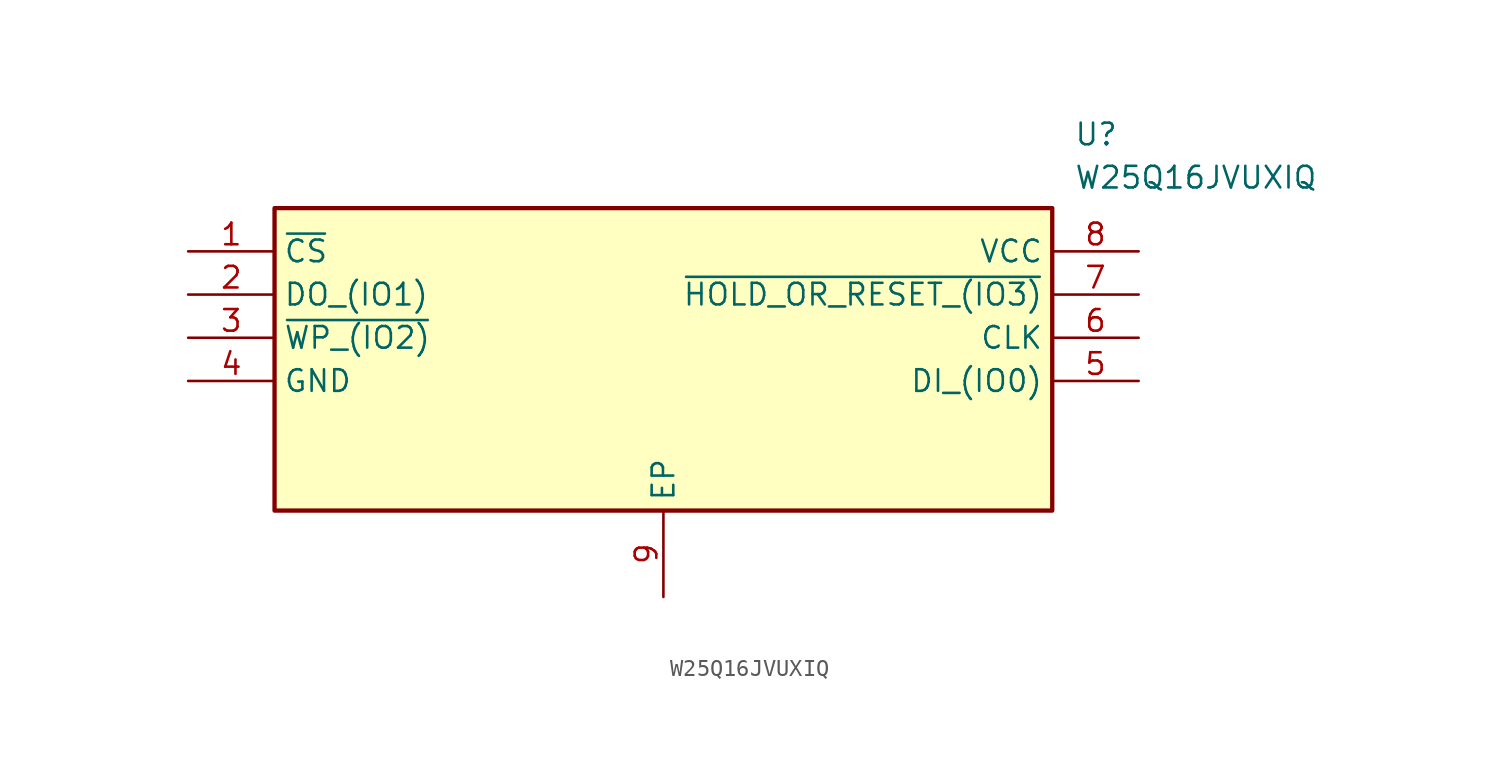
<source format=kicad_sym>
(kicad_symbol_lib
  (version 20220914)
  (generator kicad_symbol_editor)
  (symbol "W25Q16JVUXIQ"
    (property "Reference" "U"
      (at 52.07 7.62 0)
      (effects (font (size 1.27 1.27)) (justify left top)))
    (property "Value" "W25Q16JVUXIQ"
      (at 52.07 5.08 0)
      (effects (font (size 1.27 1.27)) (justify left top)))
    (symbol "W25Q16JVUXIQ_1_1"
      (rectangle (start 5.08 2.54) (end 50.8 -15.24) (stroke (width 0.254) (type default)) (fill (type background)))
      (pin passive line (at 0 0 0) (length 5.08) (name "~{CS}" (effects (font (size 1.27 1.27)))) (number "1" (effects (font (size 1.27 1.27)))))
      (pin passive line (at 0 -2.54 0) (length 5.08) (name "DO_(IO1)" (effects (font (size 1.27 1.27)))) (number "2" (effects (font (size 1.27 1.27)))))
      (pin passive line (at 0 -5.08 0) (length 5.08) (name "~{WP_(IO2)}" (effects (font (size 1.27 1.27)))) (number "3" (effects (font (size 1.27 1.27)))))
      (pin passive line (at 0 -7.62 0) (length 5.08) (name "GND" (effects (font (size 1.27 1.27)))) (number "4" (effects (font (size 1.27 1.27)))))
      (pin passive line (at 55.88 -7.62 180) (length 5.08) (name "DI_(IO0)" (effects (font (size 1.27 1.27)))) (number "5" (effects (font (size 1.27 1.27)))))
      (pin passive line (at 55.88 -5.08 180) (length 5.08) (name "CLK" (effects (font (size 1.27 1.27)))) (number "6" (effects (font (size 1.27 1.27)))))
      (pin passive line (at 55.88 -2.54 180) (length 5.08) (name "~{HOLD_OR_RESET_(IO3)}" (effects (font (size 1.27 1.27)))) (number "7" (effects (font (size 1.27 1.27)))))
      (pin passive line (at 55.88 0 180) (length 5.08) (name "VCC" (effects (font (size 1.27 1.27)))) (number "8" (effects (font (size 1.27 1.27)))))
      (pin passive line (at 27.94 -20.32 90) (length 5.08) (name "EP" (effects (font (size 1.27 1.27)))) (number "9" (effects (font (size 1.27 1.27))))))))
</source>
